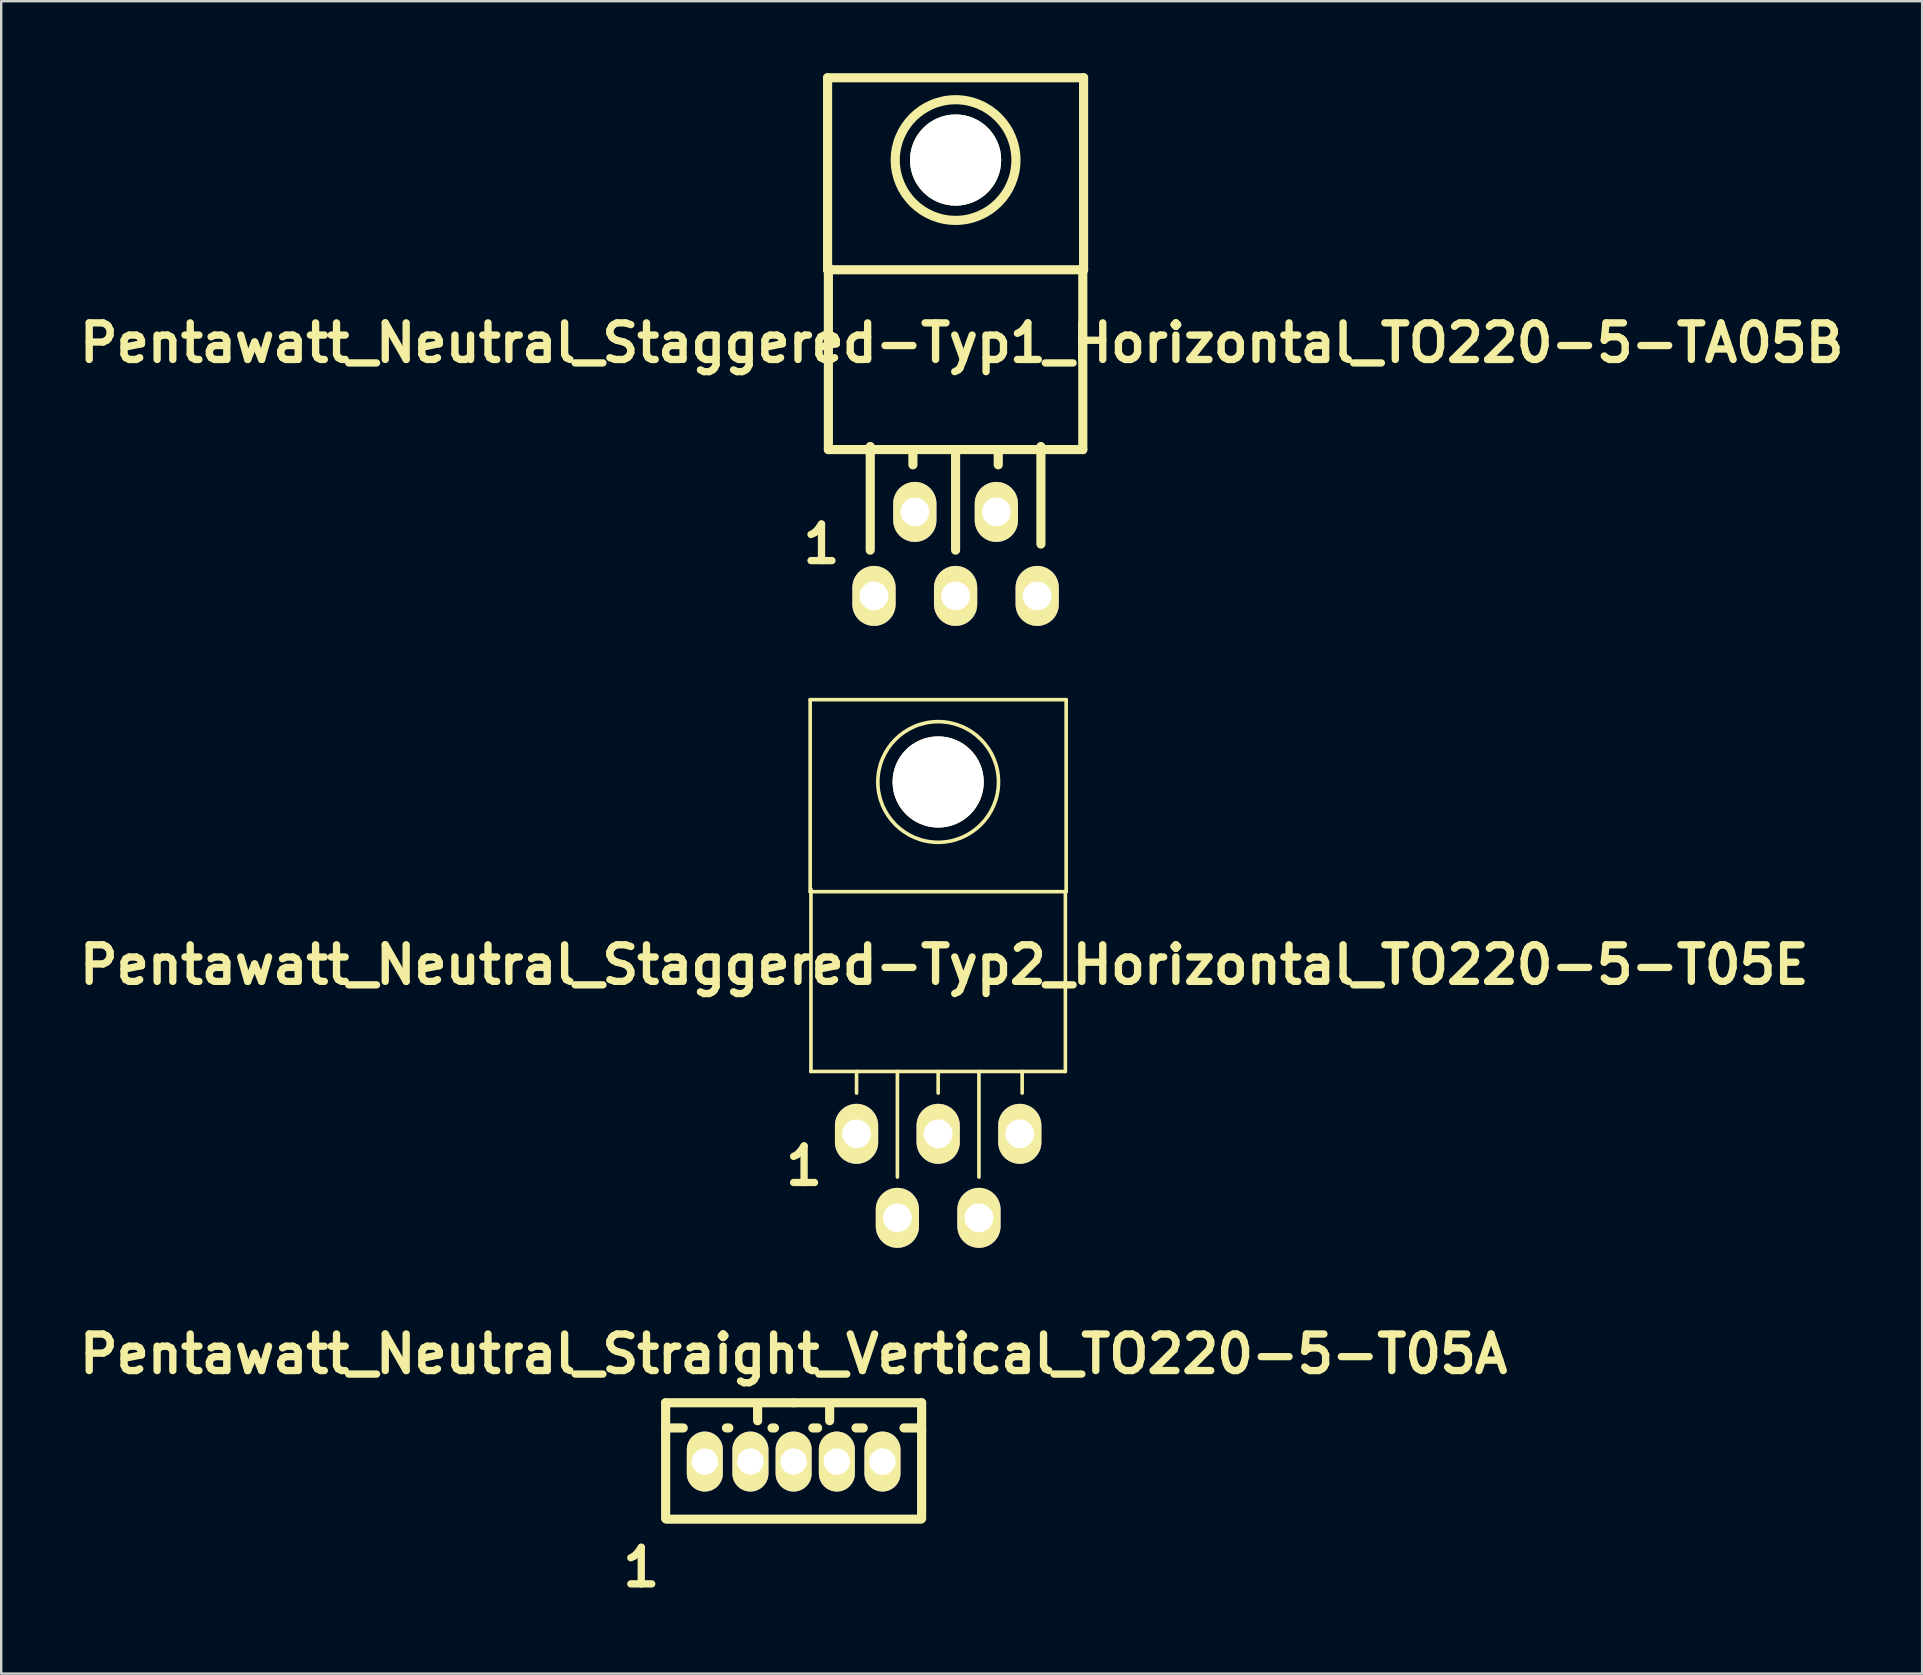
<source format=kicad_pcb>
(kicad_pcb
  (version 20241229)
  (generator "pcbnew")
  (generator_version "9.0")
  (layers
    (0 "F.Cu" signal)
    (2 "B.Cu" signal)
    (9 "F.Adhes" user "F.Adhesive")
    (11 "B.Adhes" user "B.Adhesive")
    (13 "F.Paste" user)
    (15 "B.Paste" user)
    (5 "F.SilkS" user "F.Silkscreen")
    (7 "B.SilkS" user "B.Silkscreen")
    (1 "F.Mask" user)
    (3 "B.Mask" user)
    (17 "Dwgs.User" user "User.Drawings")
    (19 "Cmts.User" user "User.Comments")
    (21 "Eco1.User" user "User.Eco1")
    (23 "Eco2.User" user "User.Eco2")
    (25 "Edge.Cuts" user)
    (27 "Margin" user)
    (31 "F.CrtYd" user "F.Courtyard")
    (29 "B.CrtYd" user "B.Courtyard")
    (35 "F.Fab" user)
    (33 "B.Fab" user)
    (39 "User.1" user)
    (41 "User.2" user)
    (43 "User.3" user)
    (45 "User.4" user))
  (footprint "Pentawatt_Neutral_Staggered-Typ2_Horizontal_TO220-5-T05E"
    (layer "F.Cu")
    (at 36.046 46.301)
    (property "Reference" "Pentawatt_Neutral_Staggered-Typ2_Horizontal_TO220-5-T05E" (at 0.254 -9.144 0) (layer "F.SilkS") (effects (font (size 1.524 1.524) (thickness 0.305))))
    (attr through_hole)
    (fp_line (start -5.334 -20.193) (end -5.334 -12.192) (stroke (width 0.15) (type solid)) (layer "F.SilkS"))
    (fp_line (start -5.301 -4.699) (end -5.301 -12.301) (stroke (width 0.15) (type solid)) (layer "F.SilkS"))
    (fp_line (start -5.301 -4.699) (end 5.301 -4.699) (stroke (width 0.15) (type solid)) (layer "F.SilkS"))
    (fp_line (start -3.401 -3.8) (end -3.401 -4.699) (stroke (width 0.15) (type solid)) (layer "F.SilkS"))
    (fp_line (start -1.699 -0.3) (end -1.699 -4.699) (stroke (width 0.15) (type solid)) (layer "F.SilkS"))
    (fp_line (start 0 -3.8) (end 0 -4.699) (stroke (width 0.15) (type solid)) (layer "F.SilkS"))
    (fp_line (start 1.699 -0.3) (end 1.699 -4.699) (stroke (width 0.15) (type solid)) (layer "F.SilkS"))
    (fp_line (start 3.5 -3.8) (end 3.5 -4.699) (stroke (width 0.15) (type solid)) (layer "F.SilkS"))
    (fp_line (start 5.301 -12.2) (end 5.301 -4.699) (stroke (width 0.15) (type solid)) (layer "F.SilkS"))
    (fp_line (start 5.334 -20.193) (end -5.334 -20.193) (stroke (width 0.15) (type solid)) (layer "F.SilkS"))
    (fp_line (start 5.334 -12.192) (end -5.334 -12.192) (stroke (width 0.15) (type solid)) (layer "F.SilkS"))
    (fp_line (start 5.334 -12.192) (end 5.334 -20.193) (stroke (width 0.15) (type solid)) (layer "F.SilkS"))
    (fp_circle (center 0 -16.764) (end 1.778 -14.986) (stroke (width 0.15) (type solid)) (fill no) (layer "F.SilkS"))
    (fp_text user "1" (at -5.588 -0.762 0) (layer "F.SilkS") (effects (font (size 1.524 1.524) (thickness 0.305))))
    (pad "" np_thru_hole circle (at 0 -16.764 90) (size 3.8 3.8) (drill 3.8) (layers "*.Cu" "*.Mask" "F.SilkS"))
    (pad "1" thru_hole oval (at -3.401 -2.101 90) (size 2.499 1.801) (drill 1.199) (layers "*.Cu" "*.Mask" "F.SilkS"))
    (pad "2" thru_hole oval (at -1.699 1.4 90) (size 2.499 1.801) (drill 1.199) (layers "*.Cu" "*.Mask" "F.SilkS"))
    (pad "3" thru_hole oval (at 0 -2.101 90) (size 2.499 1.801) (drill 1.199) (layers "*.Cu" "*.Mask" "F.SilkS"))
    (pad "4" thru_hole oval (at 1.699 1.4 90) (size 2.499 1.801) (drill 1.199) (layers "*.Cu" "*.Mask" "F.SilkS"))
    (pad "5" thru_hole oval (at 3.401 -2.101 90) (size 2.499 1.801) (drill 1.199) (layers "*.Cu" "*.Mask" "F.SilkS")))
  (footprint "Pentawatt_Neutral_Staggered-Typ1_Horizontal_TO220-5-TA05B"
    (layer "F.Cu")
    (at 36.772 20.384)
    (property "Reference" "Pentawatt_Neutral_Staggered-Typ1_Horizontal_TO220-5-TA05B" (at 0.254 -9.144 0) (layer "F.SilkS") (effects (font (size 1.524 1.524) (thickness 0.305))))
    (attr through_hole)
    (fp_line (start -5.334 -20.193) (end -5.334 -12.192) (stroke (width 0.381) (type solid)) (layer "F.SilkS"))
    (fp_line (start -5.301 -4.699) (end -5.301 -12.301) (stroke (width 0.381) (type solid)) (layer "F.SilkS"))
    (fp_line (start -5.301 -4.699) (end 5.301 -4.699) (stroke (width 0.381) (type solid)) (layer "F.SilkS"))
    (fp_line (start -3.556 -4.826) (end -3.556 -0.508) (stroke (width 0.381) (type solid)) (layer "F.SilkS"))
    (fp_line (start -1.778 -4.572) (end -1.778 -4.064) (stroke (width 0.381) (type solid)) (layer "F.SilkS"))
    (fp_line (start 0 -4.572) (end 0 -0.508) (stroke (width 0.381) (type solid)) (layer "F.SilkS"))
    (fp_line (start 1.778 -4.572) (end 1.778 -4.064) (stroke (width 0.381) (type solid)) (layer "F.SilkS"))
    (fp_line (start 3.556 -4.826) (end 3.556 -0.762) (stroke (width 0.381) (type solid)) (layer "F.SilkS"))
    (fp_line (start 5.301 -12.2) (end 5.301 -4.699) (stroke (width 0.381) (type solid)) (layer "F.SilkS"))
    (fp_line (start 5.334 -20.193) (end -5.334 -20.193) (stroke (width 0.381) (type solid)) (layer "F.SilkS"))
    (fp_line (start 5.334 -12.192) (end -5.334 -12.192) (stroke (width 0.381) (type solid)) (layer "F.SilkS"))
    (fp_line (start 5.334 -12.192) (end 5.334 -20.193) (stroke (width 0.381) (type solid)) (layer "F.SilkS"))
    (fp_circle (center 0 -16.764) (end 1.778 -14.986) (stroke (width 0.381) (type solid)) (fill no) (layer "F.SilkS"))
    (fp_text user "1" (at -5.588 -0.762 0) (layer "F.SilkS") (effects (font (size 1.524 1.524) (thickness 0.305))))
    (pad "" np_thru_hole circle (at 0 -16.764 90) (size 3.8 3.8) (drill 3.8) (layers "*.Cu" "*.Mask" "F.SilkS"))
    (pad "1" thru_hole oval (at -3.401 1.4 90) (size 2.499 1.801) (drill 1.199) (layers "*.Cu" "*.Mask" "F.SilkS"))
    (pad "2" thru_hole oval (at -1.699 -2.101 90) (size 2.499 1.801) (drill 1.199) (layers "*.Cu" "*.Mask" "F.SilkS"))
    (pad "3" thru_hole oval (at 0 1.4 90) (size 2.499 1.801) (drill 1.199) (layers "*.Cu" "*.Mask" "F.SilkS"))
    (pad "4" thru_hole oval (at 1.699 -2.101 90) (size 2.499 1.801) (drill 1.199) (layers "*.Cu" "*.Mask" "F.SilkS"))
    (pad "5" thru_hole oval (at 3.401 1.4 90) (size 2.499 1.801) (drill 1.199) (layers "*.Cu" "*.Mask" "F.SilkS")))
  (footprint "Pentawatt_Neutral_Straight_Vertical_TO220-5-T05A"
    (layer "F.Cu")
    (at 30.023 58.456)
    (property "Reference" "Pentawatt_Neutral_Straight_Vertical_TO220-5-T05A" (at 0 -5.08 0) (layer "F.SilkS") (effects (font (size 1.524 1.524) (thickness 0.305))))
    (attr through_hole)
    (fp_line (start -5.334 -1.905) (end -5.334 -3.048) (stroke (width 0.381) (type solid)) (layer "F.SilkS"))
    (fp_line (start -5.334 1.778) (end -5.334 -1.905) (stroke (width 0.381) (type solid)) (layer "F.SilkS"))
    (fp_line (start -5.301 -1.999) (end -4.6 -1.999) (stroke (width 0.381) (type solid)) (layer "F.SilkS"))
    (fp_line (start -5.301 1.801) (end 5.301 1.801) (stroke (width 0.381) (type solid)) (layer "F.SilkS"))
    (fp_line (start -2.799 -1.999) (end -2.7 -1.999) (stroke (width 0.381) (type solid)) (layer "F.SilkS"))
    (fp_line (start -1.501 -3) (end -1.501 -2.301) (stroke (width 0.381) (type solid)) (layer "F.SilkS"))
    (fp_line (start -0.899 -1.999) (end -0.8 -1.999) (stroke (width 0.381) (type solid)) (layer "F.SilkS"))
    (fp_line (start 0 -3.048) (end -5.334 -3.048) (stroke (width 0.381) (type solid)) (layer "F.SilkS"))
    (fp_line (start 0 -3.048) (end 5.334 -3.048) (stroke (width 0.381) (type solid)) (layer "F.SilkS"))
    (fp_line (start 0.8 -1.999) (end 1.001 -1.999) (stroke (width 0.381) (type solid)) (layer "F.SilkS"))
    (fp_line (start 1.501 -3) (end 1.501 -2.301) (stroke (width 0.381) (type solid)) (layer "F.SilkS"))
    (fp_line (start 2.601 -1.999) (end 2.901 -1.999) (stroke (width 0.381) (type solid)) (layer "F.SilkS"))
    (fp_line (start 4.6 -1.999) (end 5.301 -1.999) (stroke (width 0.381) (type solid)) (layer "F.SilkS"))
    (fp_line (start 5.334 -3.048) (end 5.334 -1.905) (stroke (width 0.381) (type solid)) (layer "F.SilkS"))
    (fp_line (start 5.334 -1.905) (end 5.334 1.778) (stroke (width 0.381) (type solid)) (layer "F.SilkS"))
    (fp_text user "1" (at -6.35 3.81 0) (layer "F.SilkS") (effects (font (size 1.524 1.524) (thickness 0.305))))
    (pad "1" thru_hole oval (at -3.701 -0.599 90) (size 2.499 1.501) (drill 1.1) (layers "*.Cu" "*.Mask" "F.SilkS"))
    (pad "2" thru_hole oval (at -1.801 -0.599 90) (size 2.499 1.501) (drill 1.1) (layers "*.Cu" "*.Mask" "F.SilkS"))
    (pad "3" thru_hole oval (at 0 -0.599 90) (size 2.499 1.501) (drill 1.1) (layers "*.Cu" "*.Mask" "F.SilkS"))
    (pad "4" thru_hole oval (at 1.801 -0.599 90) (size 2.499 1.501) (drill 1.1) (layers "*.Cu" "*.Mask" "F.SilkS"))
    (pad "5" thru_hole oval (at 3.701 -0.599 90) (size 2.499 1.501) (drill 1.1) (layers "*.Cu" "*.Mask" "F.SilkS")))
  (gr_rect
    (start -3 -3)
    (end 77.052 66.693)
    (stroke (width 0.1) (type default))
    (fill no)
    (layer "Edge.Cuts")))
</source>
